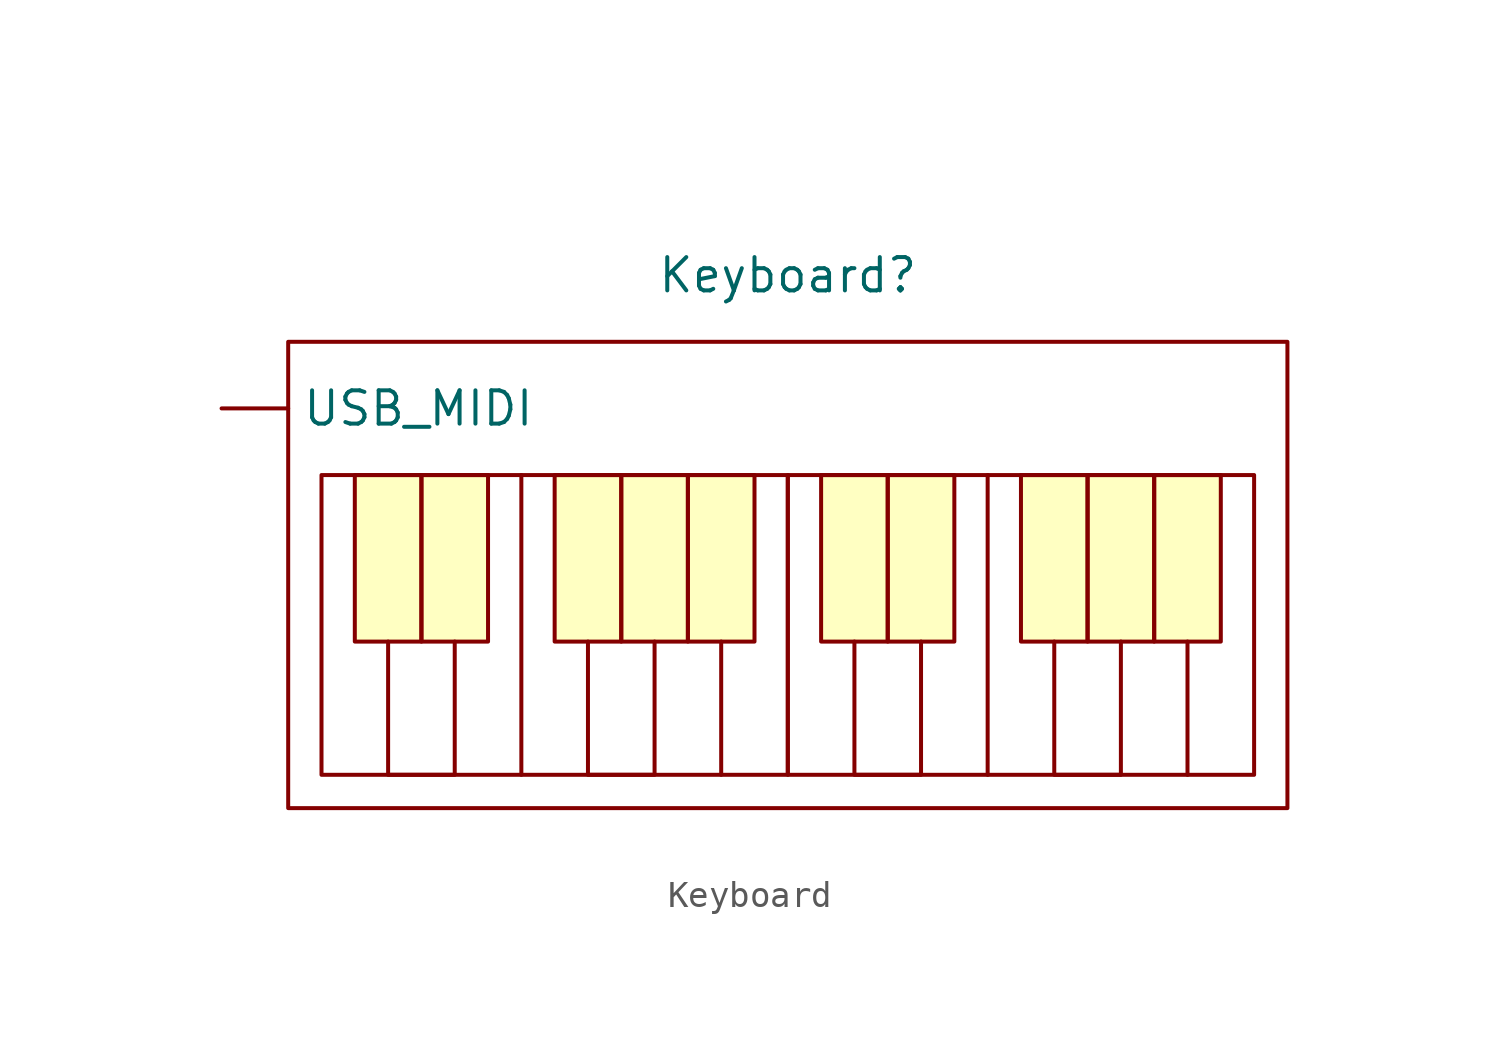
<source format=kicad_sym>
(kicad_symbol_lib
  (version 20220914)
  (generator kicad_symbol_editor)
  (symbol "Keyboard"
    (property "Reference" "Keyboard"
      (at 0 10.16 0)
      (effects (font (size 1.27 1.27))))
    (property "Value" ""
      (at 6.35 13.97 0)
      (effects (font (size 1.27 1.27))))
    (symbol "Keyboard_0_1"
      (rectangle (start -17.78 2.54) (end 0 -8.89) (stroke (width 0) (type default)) (fill (type none)))
      (polyline (pts (xy -10.16 2.54) (xy -10.16 -8.89)) (stroke (width 0) (type default)) (fill (type none)))
      (polyline (pts (xy -2.54 -3.81) (xy -2.54 -8.89)) (stroke (width 0) (type default)) (fill (type none)))
      (polyline (pts (xy 7.62 2.54) (xy 7.62 -8.89)) (stroke (width 0) (type default)) (fill (type none)))
      (polyline (pts (xy 15.24 -3.81) (xy 15.24 -8.89)) (stroke (width 0) (type default)) (fill (type none)))
      (polyline (pts (xy -15.24 -3.81) (xy -15.24 -8.89) (xy -12.7 -8.89) (xy -12.7 -3.81)) (stroke (width 0) (type default)) (fill (type none)))
      (polyline (pts (xy -7.62 -3.81) (xy -7.62 -8.89) (xy -5.08 -8.89) (xy -5.08 -3.81)) (stroke (width 0) (type default)) (fill (type none)))
      (polyline (pts (xy 2.54 -3.81) (xy 2.54 -8.89) (xy 5.08 -8.89) (xy 5.08 -3.81)) (stroke (width 0) (type default)) (fill (type none)))
      (polyline (pts (xy 10.16 -3.81) (xy 10.16 -8.89) (xy 12.7 -8.89) (xy 12.7 -3.81)) (stroke (width 0) (type default)) (fill (type none)))
      (rectangle (start 0 2.54) (end 17.78 -8.89) (stroke (width 0) (type default)) (fill (type none))))
    (symbol "Keyboard_1_1"
      (rectangle (start -19.05 7.62) (end 19.05 -10.16) (stroke (width 0) (type default)) (fill (type none)))
      (rectangle (start -16.51 2.54) (end -13.97 -3.81) (stroke (width 0) (type default)) (fill (type background)))
      (rectangle (start -13.97 2.54) (end -11.43 -3.81) (stroke (width 0) (type default)) (fill (type background)))
      (rectangle (start -8.89 2.54) (end -6.35 -3.81) (stroke (width 0) (type default)) (fill (type background)))
      (rectangle (start -6.35 2.54) (end -3.81 -3.81) (stroke (width 0) (type default)) (fill (type background)))
      (rectangle (start -3.81 2.54) (end -1.27 -3.81) (stroke (width 0) (type default)) (fill (type background)))
      (rectangle (start 1.27 2.54) (end 3.81 -3.81) (stroke (width 0) (type default)) (fill (type background)))
      (rectangle (start 3.81 2.54) (end 6.35 -3.81) (stroke (width 0) (type default)) (fill (type background)))
      (rectangle (start 8.89 2.54) (end 11.43 -3.81) (stroke (width 0) (type default)) (fill (type background)))
      (rectangle (start 11.43 2.54) (end 13.97 -3.81) (stroke (width 0) (type default)) (fill (type background)))
      (rectangle (start 13.97 2.54) (end 16.51 -3.81) (stroke (width 0) (type default)) (fill (type background)))
      (pin output line (at -21.59 5.08 0) (length 2.54) (name "USB_MIDI" (effects (font (size 1.27 1.27)))) (number "" (effects (font (size 1.27 1.27))))))))
</source>
